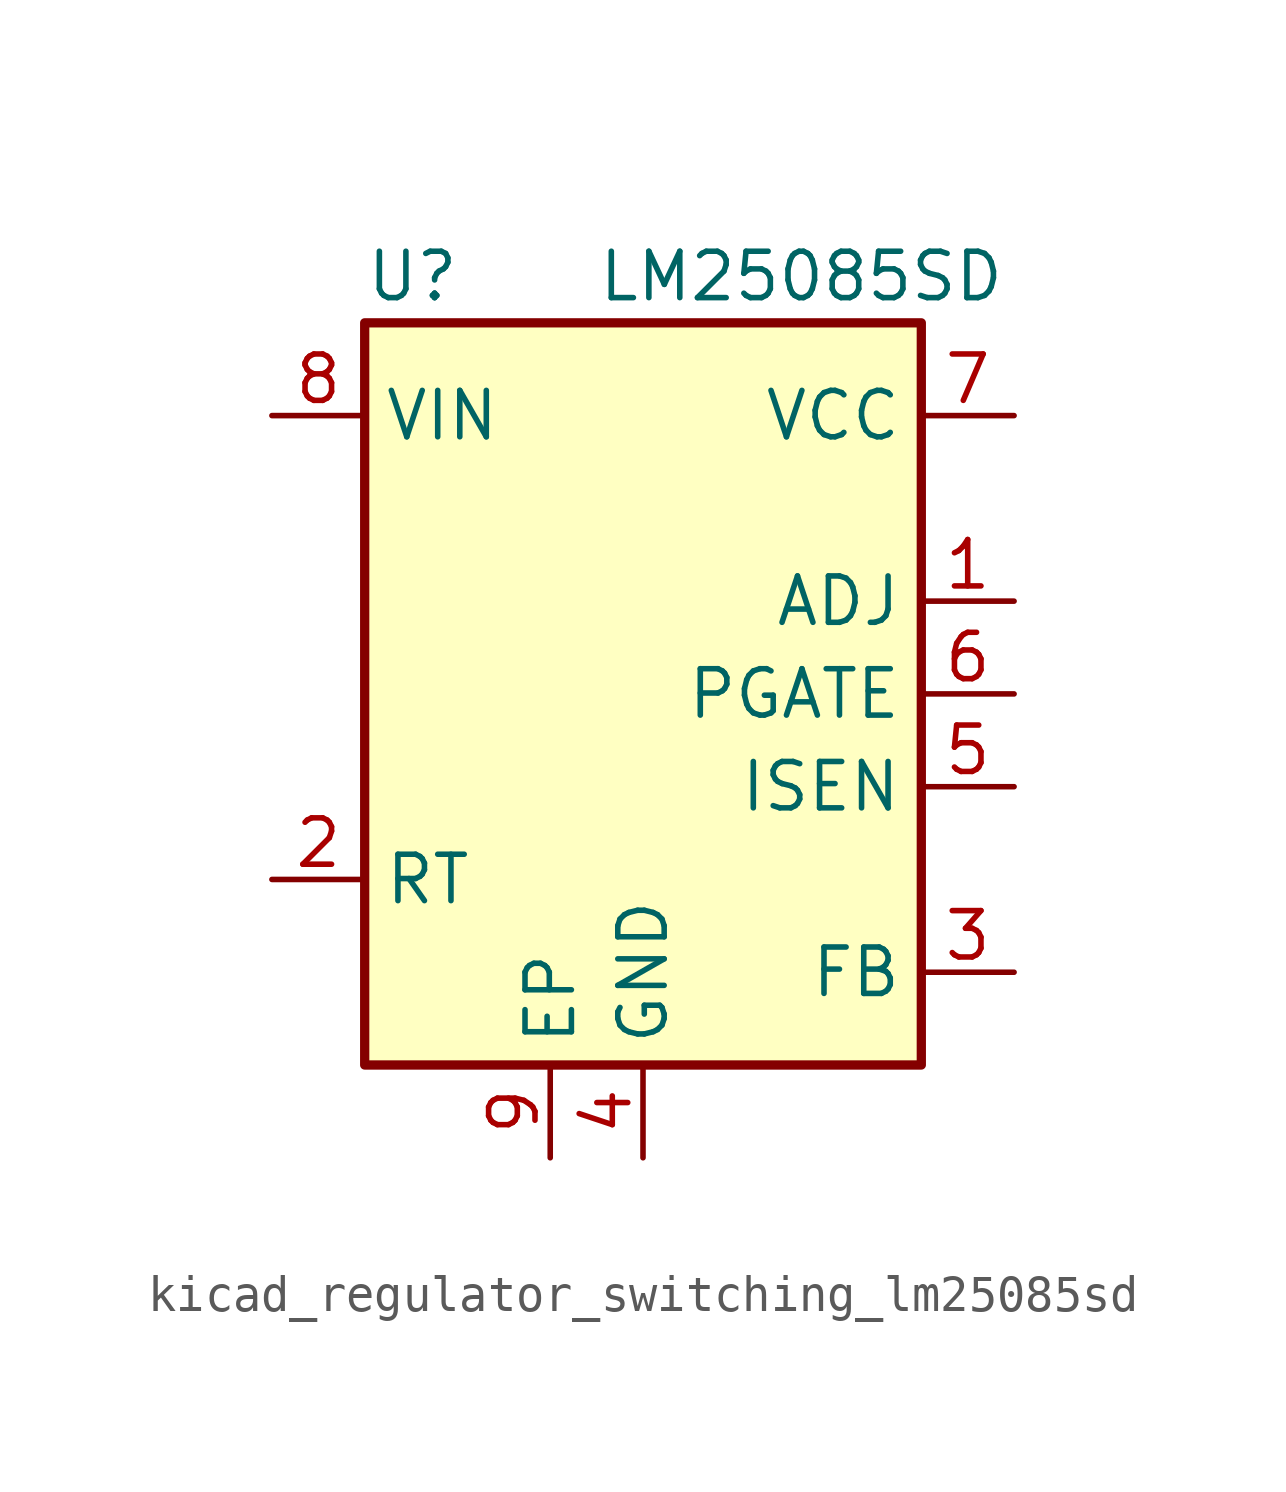
<source format=kicad_sym>
(kicad_symbol_lib
  (version 20220914)
  (generator kicad_symbol_editor)
  (symbol "kicad_regulator_switching_lm25085sd"
    (property "Reference" "U"
      (at -7.62 11.43 0)
      (effects (font (size 1.27 1.27)) (justify left)))
    (property "Value" "LM25085SD"
      (at -1.27 11.43 0)
      (effects (font (size 1.27 1.27)) (justify left)))
    (symbol "kicad_regulator_switching_lm25085sd_0_1"
      (rectangle (start -7.62 10.16) (end 7.62 -10.16) (stroke (width 0.254) (type default)) (fill (type background))))
    (symbol "kicad_regulator_switching_lm25085sd_1_1"
      (pin input line (at 10.16 2.54 180) (length 2.54) (name "ADJ" (effects (font (size 1.27 1.27)))) (number "1" (effects (font (size 1.27 1.27)))))
      (pin input line (at -10.16 -5.08 0) (length 2.54) (name "RT" (effects (font (size 1.27 1.27)))) (number "2" (effects (font (size 1.27 1.27)))))
      (pin input line (at 10.16 -7.62 180) (length 2.54) (name "FB" (effects (font (size 1.27 1.27)))) (number "3" (effects (font (size 1.27 1.27)))))
      (pin power_in line (at 0 -12.7 90) (length 2.54) (name "GND" (effects (font (size 1.27 1.27)))) (number "4" (effects (font (size 1.27 1.27)))))
      (pin input line (at 10.16 -2.54 180) (length 2.54) (name "ISEN" (effects (font (size 1.27 1.27)))) (number "5" (effects (font (size 1.27 1.27)))))
      (pin output line (at 10.16 0 180) (length 2.54) (name "PGATE" (effects (font (size 1.27 1.27)))) (number "6" (effects (font (size 1.27 1.27)))))
      (pin power_out line (at 10.16 7.62 180) (length 2.54) (name "VCC" (effects (font (size 1.27 1.27)))) (number "7" (effects (font (size 1.27 1.27)))))
      (pin power_in line (at -10.16 7.62 0) (length 2.54) (name "VIN" (effects (font (size 1.27 1.27)))) (number "8" (effects (font (size 1.27 1.27)))))
      (pin passive line (at -2.54 -12.7 90) (length 2.54) (name "EP" (effects (font (size 1.27 1.27)))) (number "9" (effects (font (size 1.27 1.27))))))))
</source>
